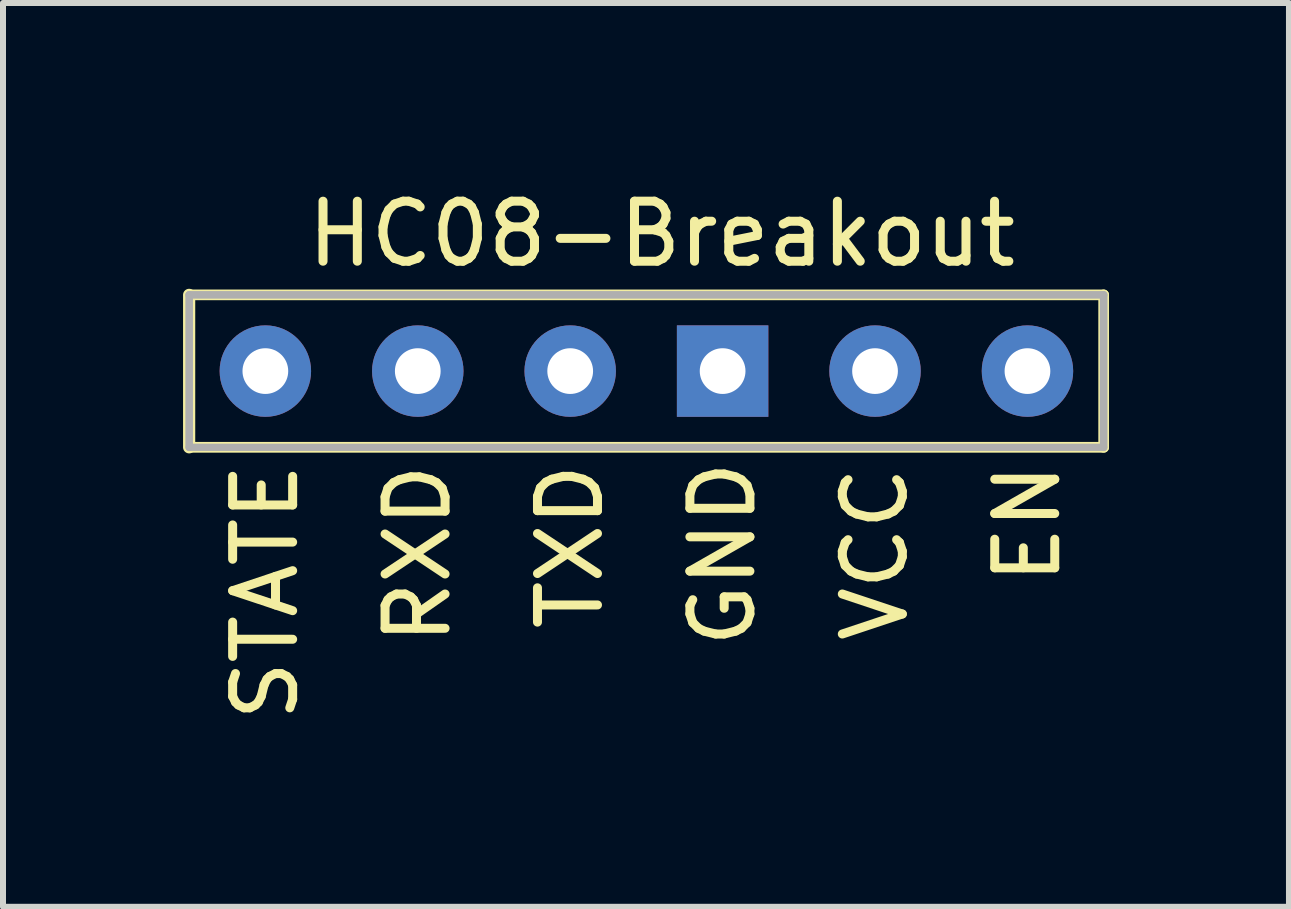
<source format=kicad_pcb>
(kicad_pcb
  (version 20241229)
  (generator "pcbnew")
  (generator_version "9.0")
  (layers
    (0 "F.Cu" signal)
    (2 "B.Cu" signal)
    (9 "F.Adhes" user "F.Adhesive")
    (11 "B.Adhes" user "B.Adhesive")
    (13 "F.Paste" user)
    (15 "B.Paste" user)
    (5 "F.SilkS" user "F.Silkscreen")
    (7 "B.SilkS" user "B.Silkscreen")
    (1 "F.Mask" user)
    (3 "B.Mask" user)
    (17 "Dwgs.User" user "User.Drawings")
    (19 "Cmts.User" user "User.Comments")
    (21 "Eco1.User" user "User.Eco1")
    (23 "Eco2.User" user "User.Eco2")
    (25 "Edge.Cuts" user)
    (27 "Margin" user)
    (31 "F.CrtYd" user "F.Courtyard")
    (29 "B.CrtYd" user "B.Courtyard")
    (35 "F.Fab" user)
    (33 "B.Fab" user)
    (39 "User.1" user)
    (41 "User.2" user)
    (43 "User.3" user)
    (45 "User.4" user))
  (footprint "HC08-Breakout"
    (layer "F.Cu")
    (at 7.722 3.134)
    (property "Reference" "HC08-Breakout" (at 0.254 -2.286 0) (layer "F.SilkS") (effects (font (size 1 1) (thickness 0.15))))
    (attr through_hole)
    (fp_line (start -7.62 -1.27) (end -7.62 1.27) (stroke (width 0.203) (type solid)) (layer "F.SilkS"))
    (fp_line (start -7.62 1.27) (end 7.62 1.27) (stroke (width 0.178) (type solid)) (layer "F.SilkS"))
    (fp_line (start 7.62 -1.27) (end -7.62 -1.27) (stroke (width 0.178) (type solid)) (layer "F.SilkS"))
    (fp_line (start 7.62 1.27) (end 7.62 -1.27) (stroke (width 0.178) (type solid)) (layer "F.SilkS"))
    (fp_line (start -7.62 -1.27) (end -7.62 1.27) (stroke (width 0.127) (type solid)) (layer "F.Fab"))
    (fp_line (start -7.62 1.27) (end 7.62 1.27) (stroke (width 0.12) (type solid)) (layer "F.Fab"))
    (fp_line (start 7.62 -1.27) (end -7.62 -1.27) (stroke (width 0.127) (type solid)) (layer "F.Fab"))
    (fp_line (start 7.62 1.27) (end 7.62 -1.27) (stroke (width 0.127) (type solid)) (layer "F.Fab"))
    (fp_text user "VCC" (at 3.81 3.048 90) (layer "F.SilkS") (effects (font (size 1 1) (thickness 0.15))))
    (fp_text user "EN" (at 6.35 2.54 90) (layer "F.SilkS") (effects (font (size 1 1) (thickness 0.15))))
    (fp_text user "TXD" (at -1.27 2.921 90) (layer "F.SilkS") (effects (font (size 1 1) (thickness 0.15))))
    (fp_text user "STATE" (at -6.35 3.683 90) (layer "F.SilkS") (effects (font (size 1 1) (thickness 0.15))))
    (fp_text user "GND" (at 1.27 3.048 90) (layer "F.SilkS") (effects (font (size 1 1) (thickness 0.15))))
    (fp_text user "RXD" (at -3.81 3.048 270) (layer "F.SilkS") (effects (font (size 1 1) (thickness 0.15))))
    (pad "1" thru_hole circle (at -6.35 0) (size 1.524 1.524) (drill 0.762) (layers "*.Cu" "*.Mask"))
    (pad "2" thru_hole circle (at -3.81 0) (size 1.524 1.524) (drill 0.762) (layers "*.Cu" "*.Mask"))
    (pad "3" thru_hole circle (at -1.27 0) (size 1.524 1.524) (drill 0.762) (layers "*.Cu" "*.Mask"))
    (pad "4" thru_hole rect (at 1.27 0) (size 1.524 1.524) (drill 0.762) (layers "*.Cu" "*.Mask"))
    (pad "5" thru_hole circle (at 3.81 0) (size 1.524 1.524) (drill 0.762) (layers "*.Cu" "*.Mask"))
    (pad "6" thru_hole circle (at 6.35 0) (size 1.524 1.524) (drill 0.762) (layers "*.Cu" "*.Mask")))
  (gr_rect
    (start -3 -3)
    (end 18.43 12.061)
    (stroke (width 0.1) (type default))
    (fill no)
    (layer "Edge.Cuts")))
</source>
